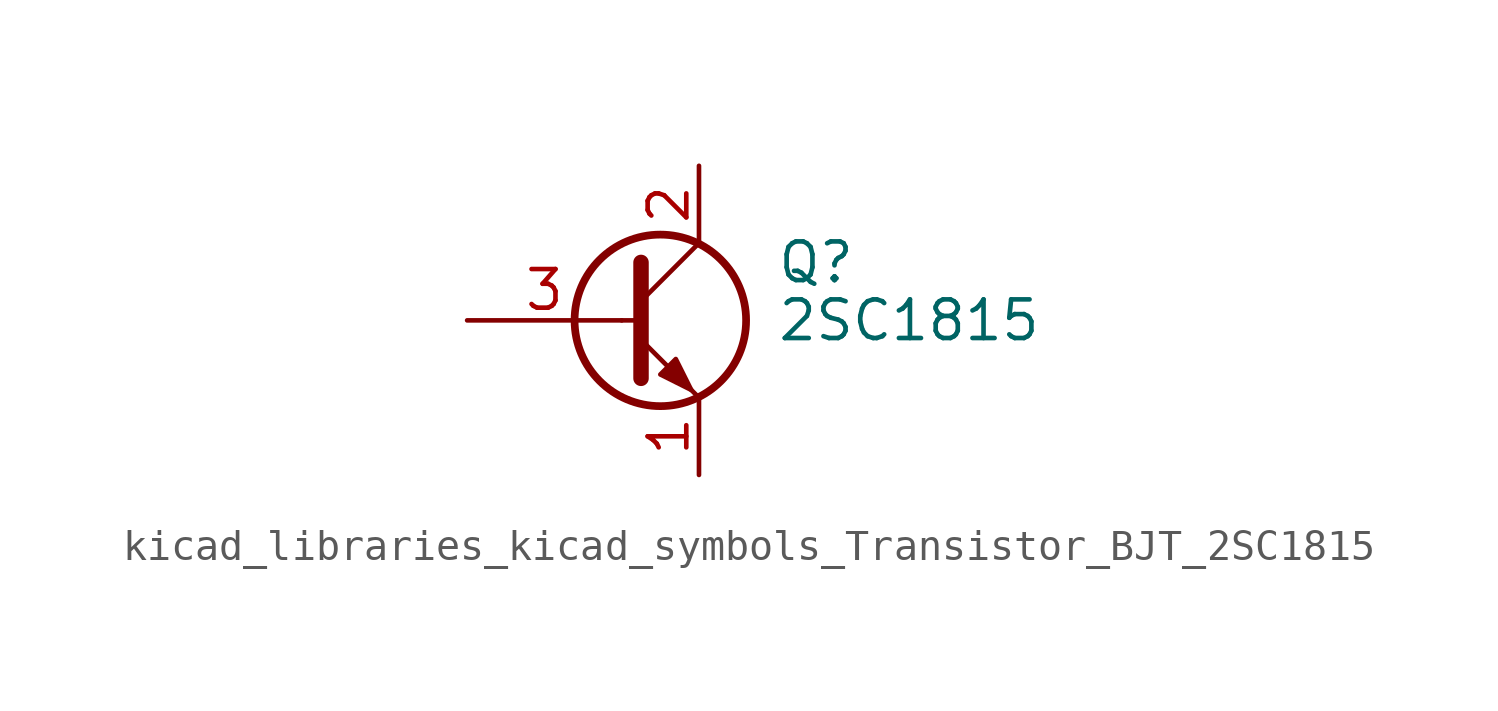
<source format=kicad_sym>
(kicad_symbol_lib
  (version 20220914)
  (generator kicad_symbol_editor)
  (symbol "kicad_libraries_kicad_symbols_Transistor_BJT_2SC1815"
    (pin_names
      (offset 0) hide)
    (property "Reference" "Q"
      (at 5.08 1.905 0)
      (effects (font (size 1.27 1.27)) (justify left)))
    (property "Value" "2SC1815"
      (at 5.08 0 0)
      (effects (font (size 1.27 1.27)) (justify left)))
    (symbol "kicad_libraries_kicad_symbols_Transistor_BJT_2SC1815_0_1"
      (polyline (pts (xy 0 0) (xy 0.508 0)) (stroke (width 0) (type default)) (fill (type none)))
      (polyline (pts (xy 0.635 0.635) (xy 2.54 2.54)) (stroke (width 0) (type default)) (fill (type none)))
      (polyline (pts (xy 0.635 -0.635) (xy 2.54 -2.54) (xy 2.54 -2.54)) (stroke (width 0) (type default)) (fill (type none)))
      (polyline (pts (xy 0.635 1.905) (xy 0.635 -1.905) (xy 0.635 -1.905)) (stroke (width 0.508) (type default)) (fill (type none)))
      (polyline (pts (xy 1.27 -1.778) (xy 1.778 -1.27) (xy 2.286 -2.286) (xy 1.27 -1.778) (xy 1.27 -1.778)) (stroke (width 0) (type default)) (fill (type outline)))
      (circle (center 1.27 0) (radius 2.819) (stroke (width 0.254) (type default)) (fill (type none))))
    (symbol "kicad_libraries_kicad_symbols_Transistor_BJT_2SC1815_1_1"
      (pin passive line (at 2.54 -5.08 90) (length 2.54) (name "E" (effects (font (size 1.27 1.27)))) (number "1" (effects (font (size 1.27 1.27)))))
      (pin passive line (at 2.54 5.08 270) (length 2.54) (name "C" (effects (font (size 1.27 1.27)))) (number "2" (effects (font (size 1.27 1.27)))))
      (pin input line (at -5.08 0 0) (length 5.08) (name "B" (effects (font (size 1.27 1.27)))) (number "3" (effects (font (size 1.27 1.27))))))))
</source>
